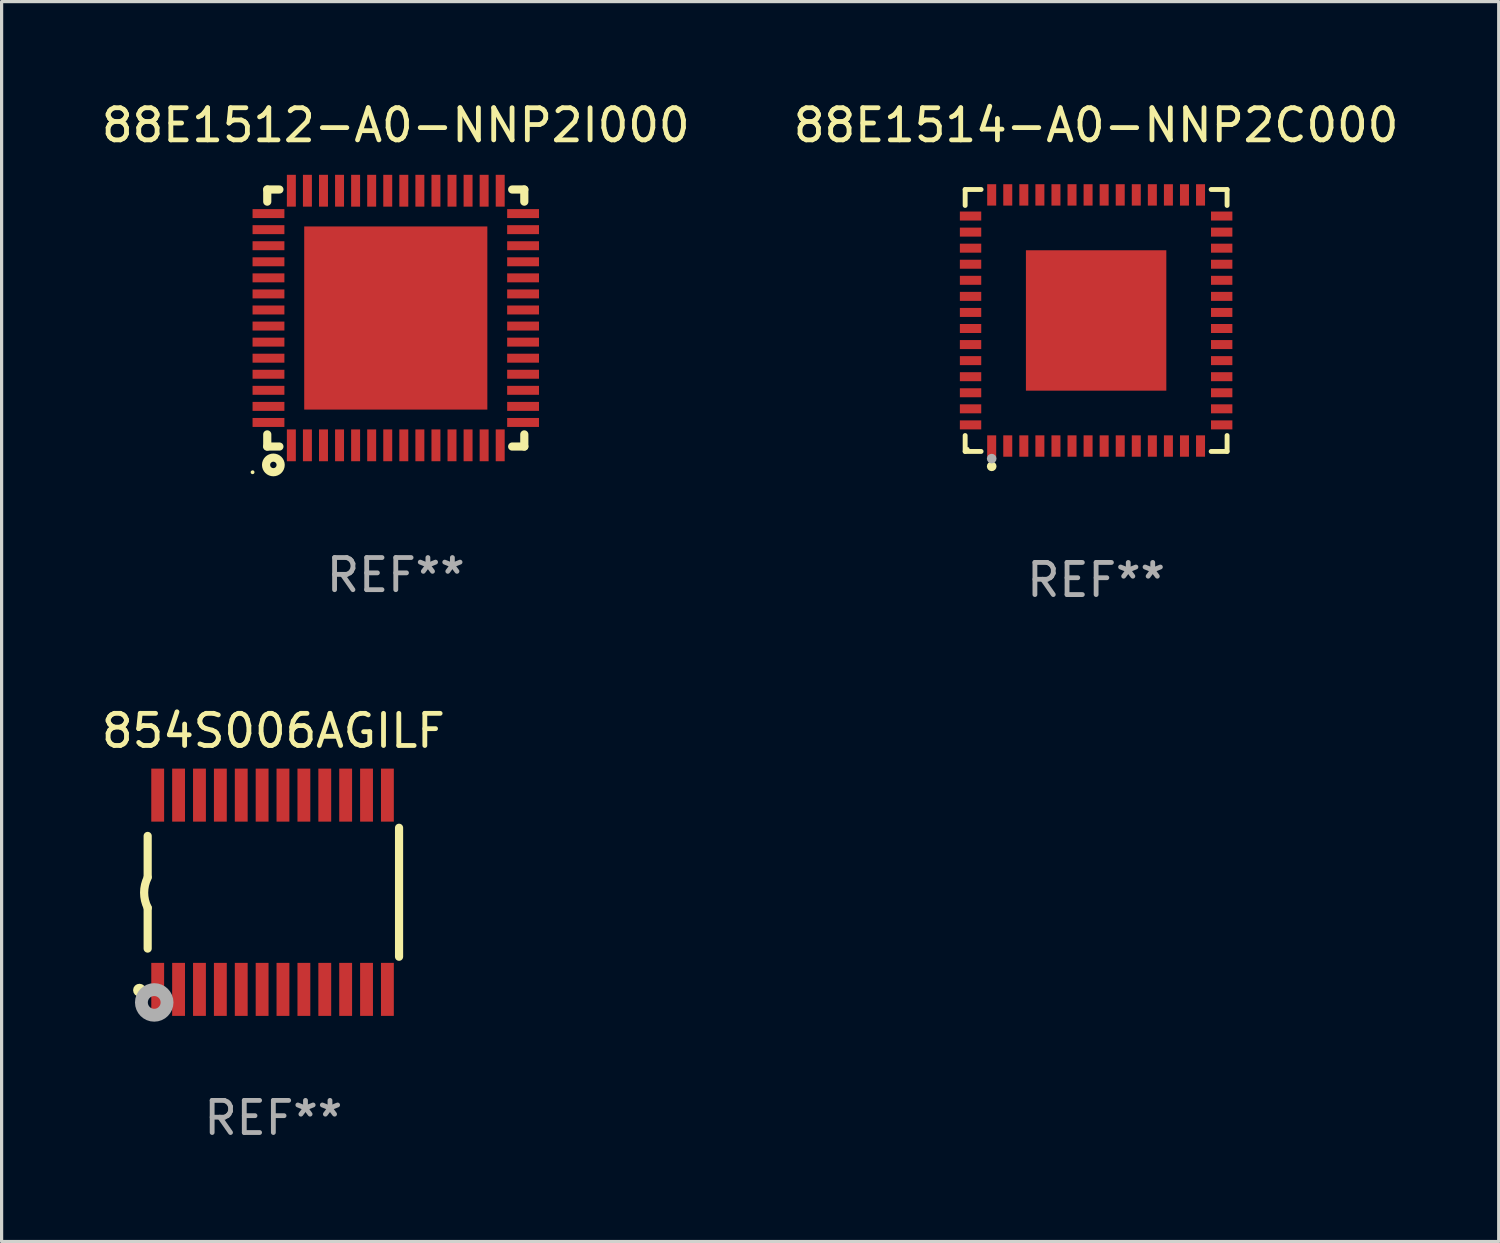
<source format=kicad_pcb>
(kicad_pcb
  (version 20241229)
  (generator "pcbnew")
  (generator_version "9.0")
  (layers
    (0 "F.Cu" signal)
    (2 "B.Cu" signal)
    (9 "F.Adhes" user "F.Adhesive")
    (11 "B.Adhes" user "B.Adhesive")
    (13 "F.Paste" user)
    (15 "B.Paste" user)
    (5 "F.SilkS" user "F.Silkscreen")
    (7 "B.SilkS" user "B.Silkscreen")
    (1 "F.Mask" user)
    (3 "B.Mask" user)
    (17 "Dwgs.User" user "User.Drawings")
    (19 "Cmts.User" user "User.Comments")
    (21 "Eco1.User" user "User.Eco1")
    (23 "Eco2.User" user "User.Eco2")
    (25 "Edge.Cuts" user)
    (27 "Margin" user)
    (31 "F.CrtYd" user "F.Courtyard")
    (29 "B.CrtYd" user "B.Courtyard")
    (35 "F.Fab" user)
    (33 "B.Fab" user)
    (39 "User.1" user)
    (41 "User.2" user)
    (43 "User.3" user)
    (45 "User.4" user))
  (footprint "88E1514-A0-NNP2C000"
    (layer "F.Cu")
    (at 31.065 6.924)
    (property "Reference" "88E1514-A0-NNP2C000" (at 0 -6.076 0) (layer "F.SilkS") (effects (font (size 1 1) (thickness 0.15))))
    (attr through_hole)
    (fp_line (start -4.076 -4.076) (end -3.58 -4.076) (stroke (width 0.152) (type solid)) (layer "F.SilkS"))
    (fp_line (start -4.076 -3.58) (end -4.076 -4.076) (stroke (width 0.152) (type solid)) (layer "F.SilkS"))
    (fp_line (start -4.076 3.581) (end -4.076 4.076) (stroke (width 0.152) (type solid)) (layer "F.SilkS"))
    (fp_line (start -4.076 4.076) (end -3.58 4.076) (stroke (width 0.152) (type solid)) (layer "F.SilkS"))
    (fp_line (start 4.076 -4.076) (end 3.58 -4.076) (stroke (width 0.152) (type solid)) (layer "F.SilkS"))
    (fp_line (start 4.076 -3.58) (end 4.076 -4.076) (stroke (width 0.152) (type solid)) (layer "F.SilkS"))
    (fp_line (start 4.076 3.581) (end 4.076 4.076) (stroke (width 0.152) (type solid)) (layer "F.SilkS"))
    (fp_line (start 4.076 4.076) (end 3.58 4.076) (stroke (width 0.152) (type solid)) (layer "F.SilkS"))
    (fp_circle (center -4 4) (end -3.97 4) (stroke (width 0.06) (type solid)) (fill no) (layer "F.SilkS"))
    (fp_circle (center -3.25 4.54) (end -3.175 4.54) (stroke (width 0.15) (type solid)) (fill no) (layer "F.SilkS"))
    (fp_circle (center -3.25 4.3) (end -3.175 4.3) (stroke (width 0.15) (type solid)) (fill no) (layer "F.Fab"))
    (fp_text user "REF**" (at 0 8.076 0) (layer "F.Fab") (effects (font (size 1 1) (thickness 0.15))))
    (pad "1" smd rect (at -3.25 3.908) (size 0.28 0.665) (layers "F.Cu" "F.Mask" "F.Paste"))
    (pad "2" smd rect (at -2.75 3.908) (size 0.28 0.665) (layers "F.Cu" "F.Mask" "F.Paste"))
    (pad "3" smd rect (at -2.25 3.908) (size 0.28 0.665) (layers "F.Cu" "F.Mask" "F.Paste"))
    (pad "4" smd rect (at -1.75 3.908) (size 0.28 0.665) (layers "F.Cu" "F.Mask" "F.Paste"))
    (pad "5" smd rect (at -1.25 3.908) (size 0.28 0.665) (layers "F.Cu" "F.Mask" "F.Paste"))
    (pad "6" smd rect (at -0.75 3.908) (size 0.28 0.665) (layers "F.Cu" "F.Mask" "F.Paste"))
    (pad "7" smd rect (at -0.25 3.908) (size 0.28 0.665) (layers "F.Cu" "F.Mask" "F.Paste"))
    (pad "8" smd rect (at 0.25 3.908) (size 0.28 0.665) (layers "F.Cu" "F.Mask" "F.Paste"))
    (pad "9" smd rect (at 0.75 3.908) (size 0.28 0.665) (layers "F.Cu" "F.Mask" "F.Paste"))
    (pad "10" smd rect (at 1.25 3.908) (size 0.28 0.665) (layers "F.Cu" "F.Mask" "F.Paste"))
    (pad "11" smd rect (at 1.75 3.908) (size 0.28 0.665) (layers "F.Cu" "F.Mask" "F.Paste"))
    (pad "12" smd rect (at 2.25 3.908) (size 0.28 0.665) (layers "F.Cu" "F.Mask" "F.Paste"))
    (pad "13" smd rect (at 2.75 3.908) (size 0.28 0.665) (layers "F.Cu" "F.Mask" "F.Paste"))
    (pad "14" smd rect (at 3.25 3.908) (size 0.28 0.665) (layers "F.Cu" "F.Mask" "F.Paste"))
    (pad "15" smd rect (at 3.908 3.25) (size 0.665 0.28) (layers "F.Cu" "F.Mask" "F.Paste"))
    (pad "16" smd rect (at 3.908 2.75) (size 0.665 0.28) (layers "F.Cu" "F.Mask" "F.Paste"))
    (pad "17" smd rect (at 3.908 2.25) (size 0.665 0.28) (layers "F.Cu" "F.Mask" "F.Paste"))
    (pad "18" smd rect (at 3.908 1.75) (size 0.665 0.28) (layers "F.Cu" "F.Mask" "F.Paste"))
    (pad "19" smd rect (at 3.908 1.25) (size 0.665 0.28) (layers "F.Cu" "F.Mask" "F.Paste"))
    (pad "20" smd rect (at 3.908 0.75) (size 0.665 0.28) (layers "F.Cu" "F.Mask" "F.Paste"))
    (pad "21" smd rect (at 3.908 0.25) (size 0.665 0.28) (layers "F.Cu" "F.Mask" "F.Paste"))
    (pad "22" smd rect (at 3.908 -0.25) (size 0.665 0.28) (layers "F.Cu" "F.Mask" "F.Paste"))
    (pad "23" smd rect (at 3.908 -0.75) (size 0.665 0.28) (layers "F.Cu" "F.Mask" "F.Paste"))
    (pad "24" smd rect (at 3.908 -1.25) (size 0.665 0.28) (layers "F.Cu" "F.Mask" "F.Paste"))
    (pad "25" smd rect (at 3.908 -1.75) (size 0.665 0.28) (layers "F.Cu" "F.Mask" "F.Paste"))
    (pad "26" smd rect (at 3.908 -2.25) (size 0.665 0.28) (layers "F.Cu" "F.Mask" "F.Paste"))
    (pad "27" smd rect (at 3.908 -2.75) (size 0.665 0.28) (layers "F.Cu" "F.Mask" "F.Paste"))
    (pad "28" smd rect (at 3.908 -3.25) (size 0.665 0.28) (layers "F.Cu" "F.Mask" "F.Paste"))
    (pad "29" smd rect (at 3.25 -3.908) (size 0.28 0.665) (layers "F.Cu" "F.Mask" "F.Paste"))
    (pad "30" smd rect (at 2.75 -3.908) (size 0.28 0.665) (layers "F.Cu" "F.Mask" "F.Paste"))
    (pad "31" smd rect (at 2.25 -3.908) (size 0.28 0.665) (layers "F.Cu" "F.Mask" "F.Paste"))
    (pad "32" smd rect (at 1.75 -3.908) (size 0.28 0.665) (layers "F.Cu" "F.Mask" "F.Paste"))
    (pad "33" smd rect (at 1.25 -3.908) (size 0.28 0.665) (layers "F.Cu" "F.Mask" "F.Paste"))
    (pad "34" smd rect (at 0.75 -3.908) (size 0.28 0.665) (layers "F.Cu" "F.Mask" "F.Paste"))
    (pad "35" smd rect (at 0.25 -3.908) (size 0.28 0.665) (layers "F.Cu" "F.Mask" "F.Paste"))
    (pad "36" smd rect (at -0.25 -3.908) (size 0.28 0.665) (layers "F.Cu" "F.Mask" "F.Paste"))
    (pad "37" smd rect (at -0.75 -3.908) (size 0.28 0.665) (layers "F.Cu" "F.Mask" "F.Paste"))
    (pad "38" smd rect (at -1.25 -3.908) (size 0.28 0.665) (layers "F.Cu" "F.Mask" "F.Paste"))
    (pad "39" smd rect (at -1.75 -3.908) (size 0.28 0.665) (layers "F.Cu" "F.Mask" "F.Paste"))
    (pad "40" smd rect (at -2.25 -3.908) (size 0.28 0.665) (layers "F.Cu" "F.Mask" "F.Paste"))
    (pad "41" smd rect (at -2.75 -3.908) (size 0.28 0.665) (layers "F.Cu" "F.Mask" "F.Paste"))
    (pad "42" smd rect (at -3.25 -3.908) (size 0.28 0.665) (layers "F.Cu" "F.Mask" "F.Paste"))
    (pad "43" smd rect (at -3.908 -3.25) (size 0.665 0.28) (layers "F.Cu" "F.Mask" "F.Paste"))
    (pad "44" smd rect (at -3.908 -2.75) (size 0.665 0.28) (layers "F.Cu" "F.Mask" "F.Paste"))
    (pad "45" smd rect (at -3.908 -2.25) (size 0.665 0.28) (layers "F.Cu" "F.Mask" "F.Paste"))
    (pad "46" smd rect (at -3.908 -1.75) (size 0.665 0.28) (layers "F.Cu" "F.Mask" "F.Paste"))
    (pad "47" smd rect (at -3.908 -1.25) (size 0.665 0.28) (layers "F.Cu" "F.Mask" "F.Paste"))
    (pad "48" smd rect (at -3.908 -0.75) (size 0.665 0.28) (layers "F.Cu" "F.Mask" "F.Paste"))
    (pad "49" smd rect (at -3.908 -0.25) (size 0.665 0.28) (layers "F.Cu" "F.Mask" "F.Paste"))
    (pad "50" smd rect (at -3.908 0.25) (size 0.665 0.28) (layers "F.Cu" "F.Mask" "F.Paste"))
    (pad "51" smd rect (at -3.908 0.75) (size 0.665 0.28) (layers "F.Cu" "F.Mask" "F.Paste"))
    (pad "52" smd rect (at -3.908 1.25) (size 0.665 0.28) (layers "F.Cu" "F.Mask" "F.Paste"))
    (pad "53" smd rect (at -3.908 1.75) (size 0.665 0.28) (layers "F.Cu" "F.Mask" "F.Paste"))
    (pad "54" smd rect (at -3.908 2.25) (size 0.665 0.28) (layers "F.Cu" "F.Mask" "F.Paste"))
    (pad "55" smd rect (at -3.908 2.75) (size 0.665 0.28) (layers "F.Cu" "F.Mask" "F.Paste"))
    (pad "56" smd rect (at -3.908 3.25) (size 0.665 0.28) (layers "F.Cu" "F.Mask" "F.Paste"))
    (pad "57" smd rect (at 0 0.000025) (size 4.37 4.37) (layers "F.Cu" "F.Mask" "F.Paste")))
  (footprint "854S006AGILF"
    (layer "F.Cu")
    (at 5.458 24.72)
    (property "Reference" "854S006AGILF" (at 0 -5.023 0) (layer "F.SilkS") (effects (font (size 1 1) (thickness 0.15))))
    (attr through_hole)
    (fp_line (start -3.912 -0.483) (end -3.912 -1.753) (stroke (width 0.254) (type solid)) (layer "F.SilkS"))
    (fp_line (start -3.912 1.753) (end -3.912 0.483) (stroke (width 0.254) (type solid)) (layer "F.SilkS"))
    (fp_line (start 3.912 -2.007) (end 3.912 2.007) (stroke (width 0.254) (type solid)) (layer "F.SilkS"))
    (fp_arc (start -3.911608 0.482601) (mid -4.022537 0.0127) (end -3.911608 -0.457201) (stroke (width 0.254001) (type solid)) (layer "F.SilkS"))
    (fp_circle (center -4.166 3.048) (end -4.066 3.048) (stroke (width 0.2) (type solid)) (fill no) (layer "F.SilkS"))
    (fp_circle (center -3.925 3.186) (end -3.895 3.186) (stroke (width 0.06) (type solid)) (fill no) (layer "F.SilkS"))
    (fp_circle (center -3.708 3.429) (end -3.509 3.429) (stroke (width 0.4) (type solid)) (fill no) (layer "F.Fab"))
    (fp_text user "REF**" (at 0 7.023 0) (layer "F.Fab") (effects (font (size 1 1) (thickness 0.15))))
    (pad "1" smd rect (at -3.6 3.023) (size 0.4 1.65) (layers "F.Cu" "F.Mask" "F.Paste"))
    (pad "2" smd rect (at -2.95 3.023) (size 0.4 1.65) (layers "F.Cu" "F.Mask" "F.Paste"))
    (pad "3" smd rect (at -2.3 3.023) (size 0.4 1.65) (layers "F.Cu" "F.Mask" "F.Paste"))
    (pad "4" smd rect (at -1.65 3.023) (size 0.4 1.65) (layers "F.Cu" "F.Mask" "F.Paste"))
    (pad "5" smd rect (at -1 3.023) (size 0.4 1.65) (layers "F.Cu" "F.Mask" "F.Paste"))
    (pad "6" smd rect (at -0.35 3.023) (size 0.4 1.65) (layers "F.Cu" "F.Mask" "F.Paste"))
    (pad "7" smd rect (at 0.299 3.023) (size 0.4 1.65) (layers "F.Cu" "F.Mask" "F.Paste"))
    (pad "8" smd rect (at 0.95 3.023) (size 0.4 1.65) (layers "F.Cu" "F.Mask" "F.Paste"))
    (pad "9" smd rect (at 1.6 3.023) (size 0.4 1.65) (layers "F.Cu" "F.Mask" "F.Paste"))
    (pad "10" smd rect (at 2.25 3.023) (size 0.4 1.65) (layers "F.Cu" "F.Mask" "F.Paste"))
    (pad "11" smd rect (at 2.9 3.023) (size 0.4 1.65) (layers "F.Cu" "F.Mask" "F.Paste"))
    (pad "12" smd rect (at 3.549 3.023) (size 0.4 1.65) (layers "F.Cu" "F.Mask" "F.Paste"))
    (pad "13" smd rect (at 3.549 -3.023) (size 0.4 1.65) (layers "F.Cu" "F.Mask" "F.Paste"))
    (pad "14" smd rect (at 2.9 -3.023) (size 0.4 1.65) (layers "F.Cu" "F.Mask" "F.Paste"))
    (pad "15" smd rect (at 2.25 -3.023) (size 0.4 1.65) (layers "F.Cu" "F.Mask" "F.Paste"))
    (pad "16" smd rect (at 1.6 -3.023) (size 0.4 1.65) (layers "F.Cu" "F.Mask" "F.Paste"))
    (pad "17" smd rect (at 0.95 -3.023) (size 0.4 1.65) (layers "F.Cu" "F.Mask" "F.Paste"))
    (pad "18" smd rect (at 0.299 -3.023) (size 0.4 1.65) (layers "F.Cu" "F.Mask" "F.Paste"))
    (pad "19" smd rect (at -0.35 -3.023) (size 0.4 1.65) (layers "F.Cu" "F.Mask" "F.Paste"))
    (pad "20" smd rect (at -1 -3.023) (size 0.4 1.65) (layers "F.Cu" "F.Mask" "F.Paste"))
    (pad "21" smd rect (at -1.65 -3.023) (size 0.4 1.65) (layers "F.Cu" "F.Mask" "F.Paste"))
    (pad "22" smd rect (at -2.3 -3.023) (size 0.4 1.65) (layers "F.Cu" "F.Mask" "F.Paste"))
    (pad "23" smd rect (at -2.95 -3.023) (size 0.4 1.65) (layers "F.Cu" "F.Mask" "F.Paste"))
    (pad "24" smd rect (at -3.6 -3.023) (size 0.4 1.65) (layers "F.Cu" "F.Mask" "F.Paste")))
  (footprint "88E1512-A0-NNP2I000"
    (layer "F.Cu")
    (at 9.268 6.848)
    (property "Reference" "88E1512-A0-NNP2I000" (at 0 -6 0) (layer "F.SilkS") (effects (font (size 1 1) (thickness 0.15))))
    (attr through_hole)
    (fp_line (start -4 -4) (end -3.622 -4) (stroke (width 0.254) (type solid)) (layer "F.SilkS"))
    (fp_line (start -4 -3.622) (end -4 -4) (stroke (width 0.254) (type solid)) (layer "F.SilkS"))
    (fp_line (start -4 4) (end -4 3.622) (stroke (width 0.254) (type solid)) (layer "F.SilkS"))
    (fp_line (start -4 4) (end -3.622 4) (stroke (width 0.254) (type solid)) (layer "F.SilkS"))
    (fp_line (start 3.622 -4) (end 4 -4) (stroke (width 0.254) (type solid)) (layer "F.SilkS"))
    (fp_line (start 3.622 4) (end 4 4) (stroke (width 0.254) (type solid)) (layer "F.SilkS"))
    (fp_line (start 4 -4) (end 4 -3.622) (stroke (width 0.254) (type solid)) (layer "F.SilkS"))
    (fp_line (start 4 3.622) (end 4 4) (stroke (width 0.254) (type solid)) (layer "F.SilkS"))
    (fp_circle (center -4.457 4.799) (end -4.427 4.799) (stroke (width 0.06) (type solid)) (fill no) (layer "F.SilkS"))
    (fp_circle (center -3.81 4.572) (end -3.71 4.572) (stroke (width 0.254) (type solid)) (fill no) (layer "F.SilkS"))
    (fp_text user "REF**" (at 0 8 0) (layer "F.Fab") (effects (font (size 1 1) (thickness 0.15))))
    (pad "1" smd rect (at -3.25 3.962 90) (size 0.991 0.279) (layers "F.Cu" "F.Mask" "F.Paste"))
    (pad "2" smd rect (at -2.75 3.962 90) (size 0.991 0.279) (layers "F.Cu" "F.Mask" "F.Paste"))
    (pad "3" smd rect (at -2.25 3.962 90) (size 0.991 0.279) (layers "F.Cu" "F.Mask" "F.Paste"))
    (pad "4" smd rect (at -1.75 3.962 90) (size 0.991 0.279) (layers "F.Cu" "F.Mask" "F.Paste"))
    (pad "5" smd rect (at -1.25 3.962 90) (size 0.991 0.279) (layers "F.Cu" "F.Mask" "F.Paste"))
    (pad "6" smd rect (at -0.75 3.962 90) (size 0.991 0.279) (layers "F.Cu" "F.Mask" "F.Paste"))
    (pad "7" smd rect (at -0.25 3.962 90) (size 0.991 0.279) (layers "F.Cu" "F.Mask" "F.Paste"))
    (pad "8" smd rect (at 0.25 3.962 90) (size 0.991 0.279) (layers "F.Cu" "F.Mask" "F.Paste"))
    (pad "9" smd rect (at 0.75 3.962 90) (size 0.991 0.279) (layers "F.Cu" "F.Mask" "F.Paste"))
    (pad "10" smd rect (at 1.25 3.962 90) (size 0.991 0.279) (layers "F.Cu" "F.Mask" "F.Paste"))
    (pad "11" smd rect (at 1.75 3.962 90) (size 0.991 0.279) (layers "F.Cu" "F.Mask" "F.Paste"))
    (pad "12" smd rect (at 2.25 3.962 90) (size 0.991 0.279) (layers "F.Cu" "F.Mask" "F.Paste"))
    (pad "13" smd rect (at 2.75 3.962 90) (size 0.991 0.279) (layers "F.Cu" "F.Mask" "F.Paste"))
    (pad "14" smd rect (at 3.25 3.962 90) (size 0.991 0.279) (layers "F.Cu" "F.Mask" "F.Paste"))
    (pad "15" smd rect (at 3.962 3.25 90) (size 0.279 0.991) (layers "F.Cu" "F.Mask" "F.Paste"))
    (pad "16" smd rect (at 3.962 2.75 90) (size 0.279 0.991) (layers "F.Cu" "F.Mask" "F.Paste"))
    (pad "17" smd rect (at 3.962 2.25 90) (size 0.279 0.991) (layers "F.Cu" "F.Mask" "F.Paste"))
    (pad "18" smd rect (at 3.962 1.75 90) (size 0.279 0.991) (layers "F.Cu" "F.Mask" "F.Paste"))
    (pad "19" smd rect (at 3.962 1.25 90) (size 0.279 0.991) (layers "F.Cu" "F.Mask" "F.Paste"))
    (pad "20" smd rect (at 3.962 0.75 90) (size 0.279 0.991) (layers "F.Cu" "F.Mask" "F.Paste"))
    (pad "21" smd rect (at 3.962 0.25 90) (size 0.279 0.991) (layers "F.Cu" "F.Mask" "F.Paste"))
    (pad "22" smd rect (at 3.962 -0.25 90) (size 0.279 0.991) (layers "F.Cu" "F.Mask" "F.Paste"))
    (pad "23" smd rect (at 3.962 -0.75 90) (size 0.279 0.991) (layers "F.Cu" "F.Mask" "F.Paste"))
    (pad "24" smd rect (at 3.962 -1.25 90) (size 0.279 0.991) (layers "F.Cu" "F.Mask" "F.Paste"))
    (pad "25" smd rect (at 3.962 -1.75 90) (size 0.279 0.991) (layers "F.Cu" "F.Mask" "F.Paste"))
    (pad "26" smd rect (at 3.962 -2.25 90) (size 0.279 0.991) (layers "F.Cu" "F.Mask" "F.Paste"))
    (pad "27" smd rect (at 3.962 -2.75 90) (size 0.279 0.991) (layers "F.Cu" "F.Mask" "F.Paste"))
    (pad "28" smd rect (at 3.962 -3.25 90) (size 0.279 0.991) (layers "F.Cu" "F.Mask" "F.Paste"))
    (pad "29" smd rect (at 3.25 -3.962 90) (size 0.991 0.279) (layers "F.Cu" "F.Mask" "F.Paste"))
    (pad "30" smd rect (at 2.75 -3.962 90) (size 0.991 0.279) (layers "F.Cu" "F.Mask" "F.Paste"))
    (pad "31" smd rect (at 2.25 -3.962 90) (size 0.991 0.279) (layers "F.Cu" "F.Mask" "F.Paste"))
    (pad "32" smd rect (at 1.75 -3.962 90) (size 0.991 0.279) (layers "F.Cu" "F.Mask" "F.Paste"))
    (pad "33" smd rect (at 1.25 -3.962 90) (size 0.991 0.279) (layers "F.Cu" "F.Mask" "F.Paste"))
    (pad "34" smd rect (at 0.75 -3.962 90) (size 0.991 0.279) (layers "F.Cu" "F.Mask" "F.Paste"))
    (pad "35" smd rect (at 0.25 -3.962 90) (size 0.991 0.279) (layers "F.Cu" "F.Mask" "F.Paste"))
    (pad "36" smd rect (at -0.25 -3.962 90) (size 0.991 0.279) (layers "F.Cu" "F.Mask" "F.Paste"))
    (pad "37" smd rect (at -0.75 -3.962 90) (size 0.991 0.279) (layers "F.Cu" "F.Mask" "F.Paste"))
    (pad "38" smd rect (at -1.25 -3.962 90) (size 0.991 0.279) (layers "F.Cu" "F.Mask" "F.Paste"))
    (pad "39" smd rect (at -1.75 -3.962 90) (size 0.991 0.279) (layers "F.Cu" "F.Mask" "F.Paste"))
    (pad "40" smd rect (at -2.25 -3.962 90) (size 0.991 0.279) (layers "F.Cu" "F.Mask" "F.Paste"))
    (pad "41" smd rect (at -2.75 -3.962 90) (size 0.991 0.279) (layers "F.Cu" "F.Mask" "F.Paste"))
    (pad "42" smd rect (at -3.25 -3.962 90) (size 0.991 0.279) (layers "F.Cu" "F.Mask" "F.Paste"))
    (pad "43" smd rect (at -3.962 -3.25 90) (size 0.279 0.991) (layers "F.Cu" "F.Mask" "F.Paste"))
    (pad "44" smd rect (at -3.962 -2.75 90) (size 0.279 0.991) (layers "F.Cu" "F.Mask" "F.Paste"))
    (pad "45" smd rect (at -3.962 -2.25 90) (size 0.279 0.991) (layers "F.Cu" "F.Mask" "F.Paste"))
    (pad "46" smd rect (at -3.962 -1.75 90) (size 0.279 0.991) (layers "F.Cu" "F.Mask" "F.Paste"))
    (pad "47" smd rect (at -3.962 -1.25 90) (size 0.279 0.991) (layers "F.Cu" "F.Mask" "F.Paste"))
    (pad "48" smd rect (at -3.962 -0.75 90) (size 0.279 0.991) (layers "F.Cu" "F.Mask" "F.Paste"))
    (pad "49" smd rect (at -3.962 -0.25 90) (size 0.279 0.991) (layers "F.Cu" "F.Mask" "F.Paste"))
    (pad "50" smd rect (at -3.962 0.25 90) (size 0.279 0.991) (layers "F.Cu" "F.Mask" "F.Paste"))
    (pad "51" smd rect (at -3.962 0.75 90) (size 0.279 0.991) (layers "F.Cu" "F.Mask" "F.Paste"))
    (pad "52" smd rect (at -3.962 1.25 90) (size 0.279 0.991) (layers "F.Cu" "F.Mask" "F.Paste"))
    (pad "53" smd rect (at -3.962 1.75 90) (size 0.279 0.991) (layers "F.Cu" "F.Mask" "F.Paste"))
    (pad "54" smd rect (at -3.962 2.25 90) (size 0.279 0.991) (layers "F.Cu" "F.Mask" "F.Paste"))
    (pad "55" smd rect (at -3.962 2.75 90) (size 0.279 0.991) (layers "F.Cu" "F.Mask" "F.Paste"))
    (pad "56" smd rect (at -3.962 3.25 90) (size 0.279 0.991) (layers "F.Cu" "F.Mask" "F.Paste"))
    (pad "57" smd rect (at 0 0 90) (size 5.7 5.7) (layers "F.Cu" "F.Mask" "F.Paste")))
  (gr_rect
    (start -3 -3)
    (end 43.595 35.591)
    (stroke (width 0.1) (type default))
    (fill no)
    (layer "Edge.Cuts")))
</source>
